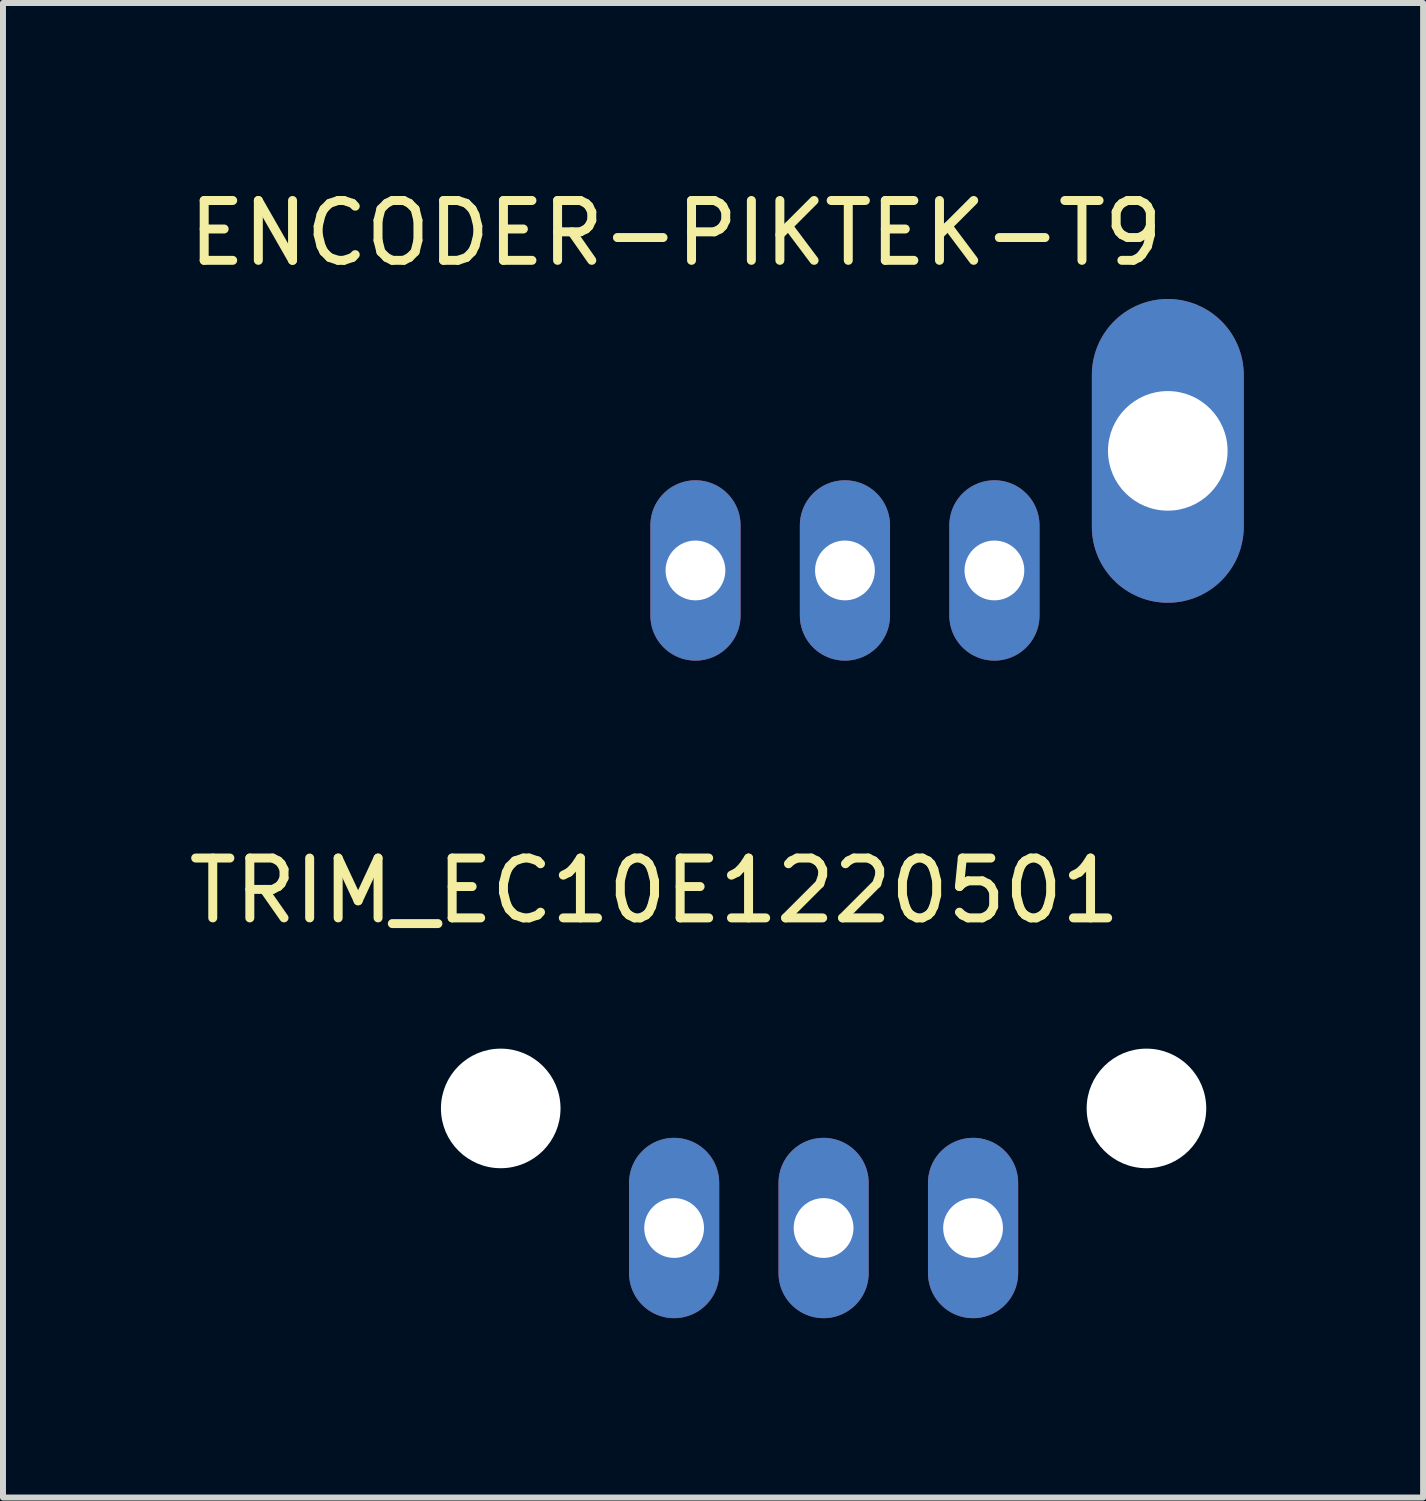
<source format=kicad_pcb>
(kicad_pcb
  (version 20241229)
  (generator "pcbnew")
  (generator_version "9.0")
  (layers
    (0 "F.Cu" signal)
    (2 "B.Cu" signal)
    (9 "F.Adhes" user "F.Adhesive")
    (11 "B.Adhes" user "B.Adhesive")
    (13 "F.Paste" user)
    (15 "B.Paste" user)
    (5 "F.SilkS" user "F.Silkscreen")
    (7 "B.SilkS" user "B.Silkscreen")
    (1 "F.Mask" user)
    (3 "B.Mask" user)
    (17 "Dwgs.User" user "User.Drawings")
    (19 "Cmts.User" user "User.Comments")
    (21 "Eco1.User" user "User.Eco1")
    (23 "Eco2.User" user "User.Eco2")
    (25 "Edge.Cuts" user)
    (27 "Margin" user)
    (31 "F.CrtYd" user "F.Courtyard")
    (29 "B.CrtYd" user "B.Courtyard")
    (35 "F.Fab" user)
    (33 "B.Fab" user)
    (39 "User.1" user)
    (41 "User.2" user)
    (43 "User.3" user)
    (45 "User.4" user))
  (footprint "ENCODER-PIKTEK-T9"
    (layer "F.Cu")
    (at 11.082 6.491)
    (property "Reference" "ENCODER-PIKTEK-T9" (at -2.828 -5.642 0) (layer "F.SilkS") (effects (font (size 1.001 1.001) (thickness 0.15))))
    (attr through_hole)
    (pad "A" thru_hole oval (at -2.5 0) (size 1.508 3.016) (drill 1) (layers "*.Cu" "*.Mask"))
    (pad "B" thru_hole oval (at 0 0) (size 1.508 3.016) (drill 1) (layers "*.Cu" "*.Mask"))
    (pad "C" thru_hole oval (at 2.5 0) (size 1.508 3.016) (drill 1) (layers "*.Cu" "*.Mask"))
    (pad "P$1" thru_hole oval (at 5.4 -2) (size 2.54 5.08) (drill 2) (layers "*.Cu" "*.Mask")))
  (footprint "TRIM_EC10E1220501"
    (layer "F.Cu")
    (at 10.725 17.489)
    (property "Reference" "TRIM_EC10E1220501" (at -2.828 -5.642 0) (layer "F.SilkS") (effects (font (size 1.001 1.001) (thickness 0.15))))
    (attr through_hole)
    (pad "" np_thru_hole circle (at -5.4 -2) (size 2 2) (drill 2) (layers "*.Cu" "*.Mask"))
    (pad "" np_thru_hole circle (at 5.4 -2) (size 2 2) (drill 2) (layers "*.Cu" "*.Mask"))
    (pad "A" thru_hole oval (at -2.5 0) (size 1.508 3.016) (drill 1) (layers "*.Cu" "*.Mask"))
    (pad "B" thru_hole oval (at 0 0) (size 1.508 3.016) (drill 1) (layers "*.Cu" "*.Mask"))
    (pad "C" thru_hole oval (at 2.5 0) (size 1.508 3.016) (drill 1) (layers "*.Cu" "*.Mask")))
  (gr_rect
    (start -3 -3)
    (end 20.752 21.997)
    (stroke (width 0.1) (type default))
    (fill no)
    (layer "Edge.Cuts")))
</source>
